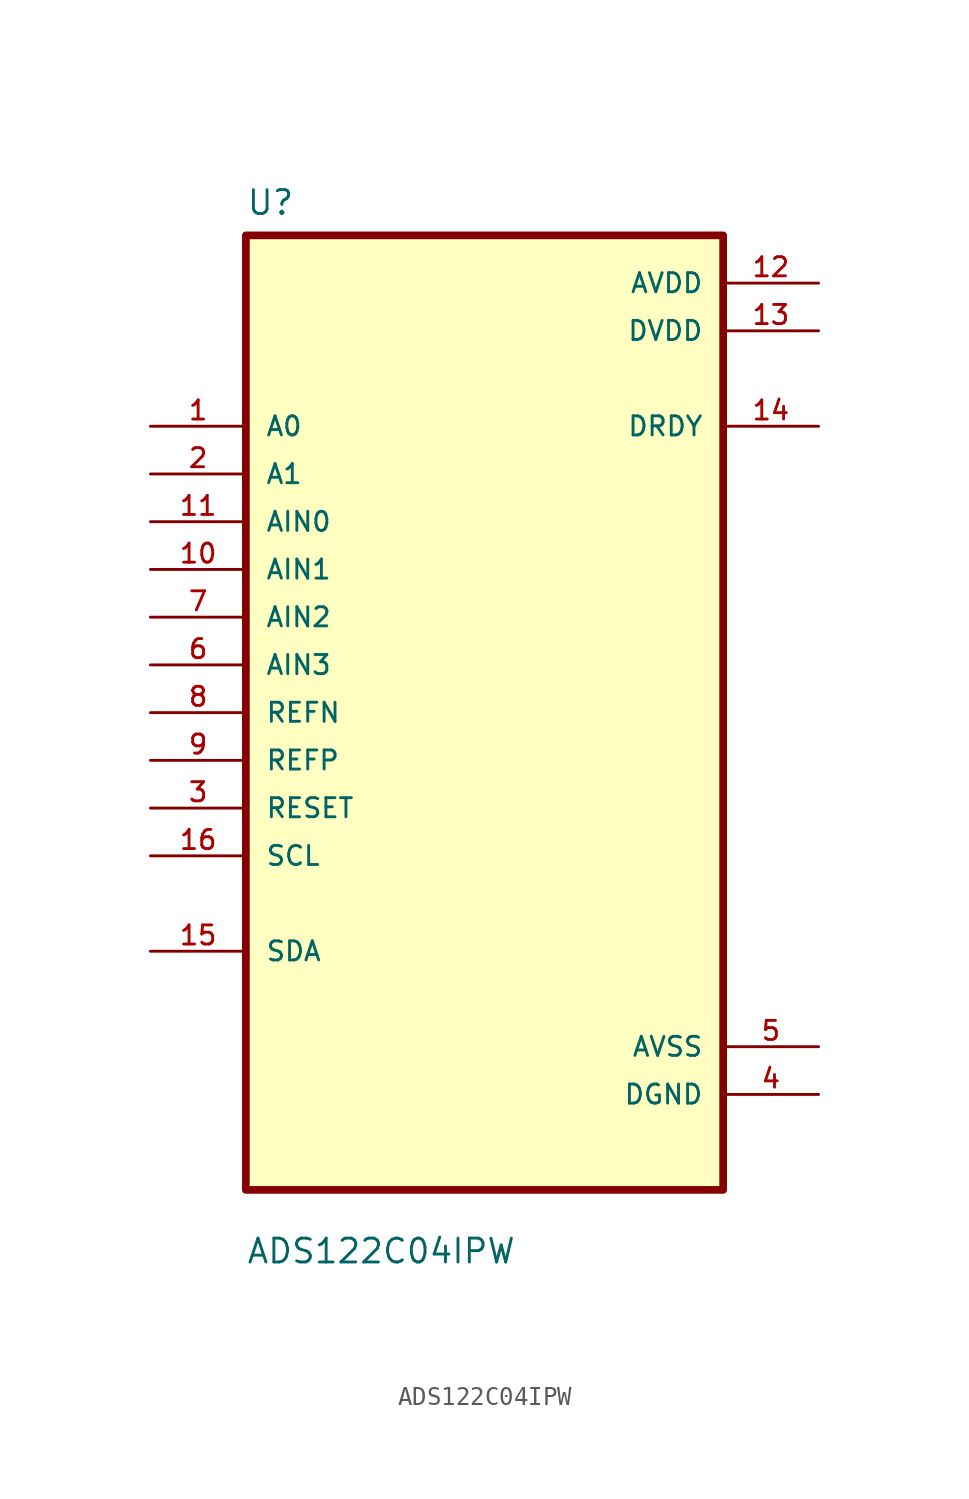
<source format=kicad_sym>
(kicad_symbol_lib
  (version 20211014)
  (generator kicad_symbol_editor)
  (symbol "ADS122C04IPW"
    (pin_names
      (offset 1.016))
    (property "Reference" "U"
      (at -12.7 26.4 0.0)
      (effects (font (size 1.27 1.27)) (justify bottom left)))
    (property "Value" "ADS122C04IPW"
      (at -12.7 -29.4 0.0)
      (effects (font (size 1.27 1.27)) (justify bottom left)))
    (symbol "ADS122C04IPW_0_0"
      (rectangle (start -12.7 -25.4) (end 12.7 25.4) (stroke (width 0.41)) (fill (type background)))
      (pin input line (at -17.78 15.24 0) (length 5.08) (name "A0" (effects (font (size 1.016 1.016)))) (number "1" (effects (font (size 1.016 1.016)))))
      (pin input line (at -17.78 12.7 0) (length 5.08) (name "A1" (effects (font (size 1.016 1.016)))) (number "2" (effects (font (size 1.016 1.016)))))
      (pin input line (at -17.78 10.16 0) (length 5.08) (name "AIN0" (effects (font (size 1.016 1.016)))) (number "11" (effects (font (size 1.016 1.016)))))
      (pin input line (at -17.78 7.62 0) (length 5.08) (name "AIN1" (effects (font (size 1.016 1.016)))) (number "10" (effects (font (size 1.016 1.016)))))
      (pin input line (at -17.78 5.08 0) (length 5.08) (name "AIN2" (effects (font (size 1.016 1.016)))) (number "7" (effects (font (size 1.016 1.016)))))
      (pin input line (at -17.78 2.54 0) (length 5.08) (name "AIN3" (effects (font (size 1.016 1.016)))) (number "6" (effects (font (size 1.016 1.016)))))
      (pin input line (at -17.78 0.0 0) (length 5.08) (name "REFN" (effects (font (size 1.016 1.016)))) (number "8" (effects (font (size 1.016 1.016)))))
      (pin input line (at -17.78 -2.54 0) (length 5.08) (name "REFP" (effects (font (size 1.016 1.016)))) (number "9" (effects (font (size 1.016 1.016)))))
      (pin input line (at -17.78 -5.08 0) (length 5.08) (name "RESET" (effects (font (size 1.016 1.016)))) (number "3" (effects (font (size 1.016 1.016)))))
      (pin input line (at -17.78 -7.62 0) (length 5.08) (name "SCL" (effects (font (size 1.016 1.016)))) (number "16" (effects (font (size 1.016 1.016)))))
      (pin bidirectional line (at -17.78 -12.7 0) (length 5.08) (name "SDA" (effects (font (size 1.016 1.016)))) (number "15" (effects (font (size 1.016 1.016)))))
      (pin power_in line (at 17.78 22.86 180.0) (length 5.08) (name "AVDD" (effects (font (size 1.016 1.016)))) (number "12" (effects (font (size 1.016 1.016)))))
      (pin power_in line (at 17.78 20.32 180.0) (length 5.08) (name "DVDD" (effects (font (size 1.016 1.016)))) (number "13" (effects (font (size 1.016 1.016)))))
      (pin output line (at 17.78 15.24 180.0) (length 5.08) (name "DRDY" (effects (font (size 1.016 1.016)))) (number "14" (effects (font (size 1.016 1.016)))))
      (pin power_in line (at 17.78 -17.78 180.0) (length 5.08) (name "AVSS" (effects (font (size 1.016 1.016)))) (number "5" (effects (font (size 1.016 1.016)))))
      (pin power_in line (at 17.78 -20.32 180.0) (length 5.08) (name "DGND" (effects (font (size 1.016 1.016)))) (number "4" (effects (font (size 1.016 1.016))))))))
</source>
